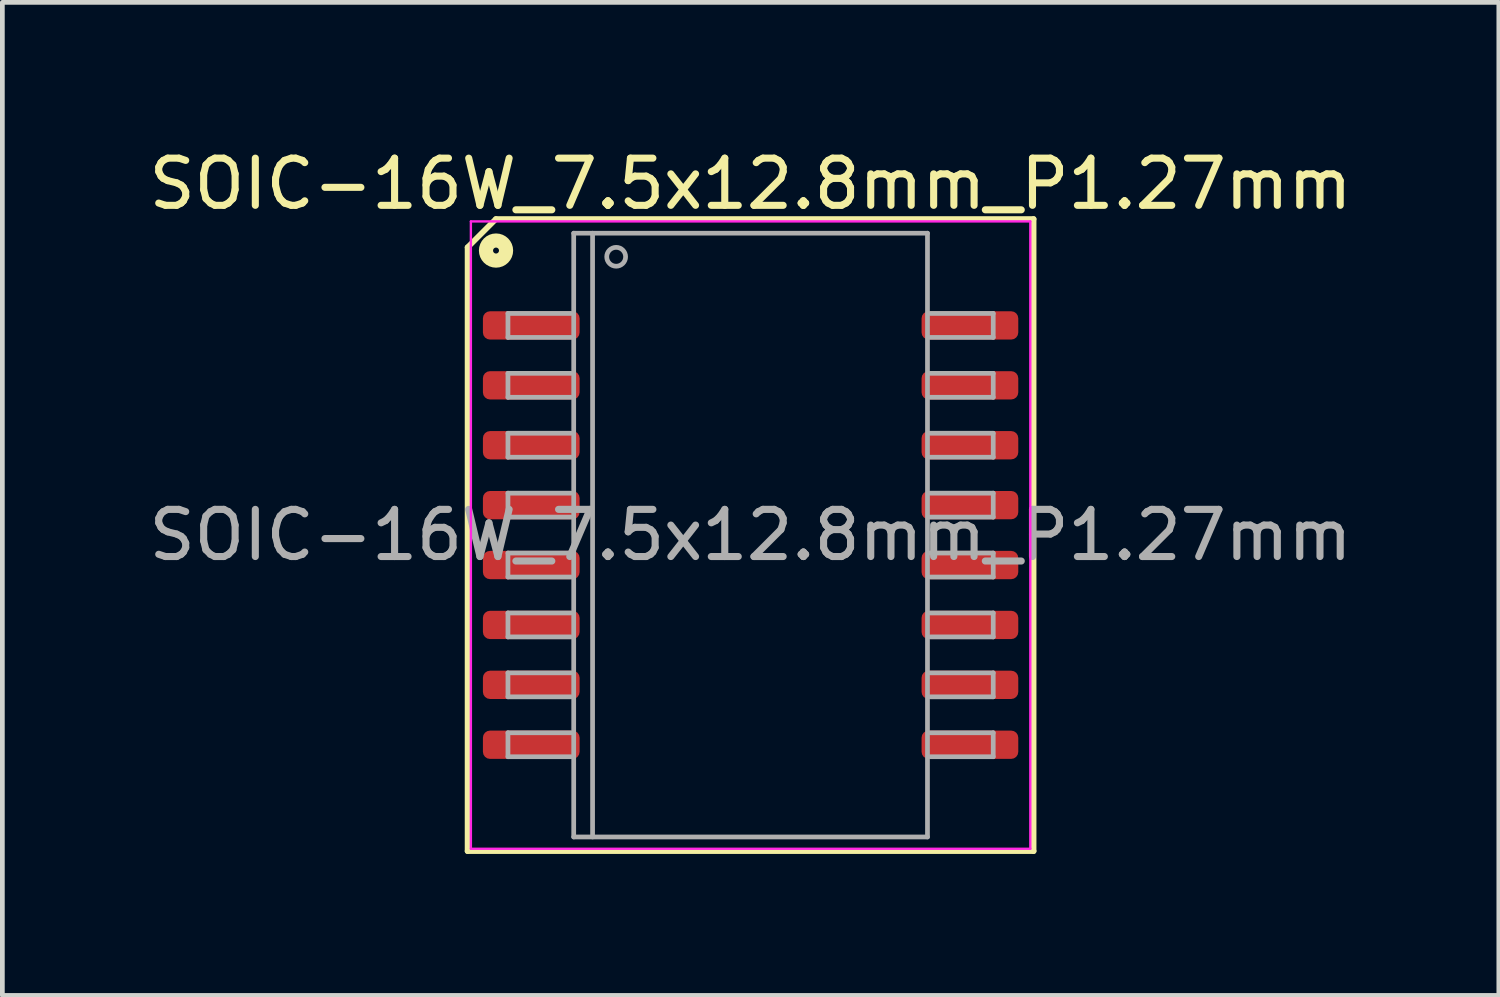
<source format=kicad_pcb>
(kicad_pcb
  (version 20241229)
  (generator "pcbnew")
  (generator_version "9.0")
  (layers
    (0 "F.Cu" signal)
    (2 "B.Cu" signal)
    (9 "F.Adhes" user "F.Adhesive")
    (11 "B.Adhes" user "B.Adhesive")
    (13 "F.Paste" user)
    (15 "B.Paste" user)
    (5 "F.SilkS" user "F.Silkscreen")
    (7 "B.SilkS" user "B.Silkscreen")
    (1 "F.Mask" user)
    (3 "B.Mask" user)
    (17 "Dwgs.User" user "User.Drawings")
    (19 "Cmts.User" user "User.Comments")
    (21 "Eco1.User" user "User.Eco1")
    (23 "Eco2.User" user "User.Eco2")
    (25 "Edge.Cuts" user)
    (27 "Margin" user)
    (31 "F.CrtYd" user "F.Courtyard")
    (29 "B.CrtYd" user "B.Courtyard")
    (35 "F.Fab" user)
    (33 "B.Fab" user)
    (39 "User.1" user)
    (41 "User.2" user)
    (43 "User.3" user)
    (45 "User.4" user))
  (footprint "SOIC-16W_7.5x12.8mm_P1.27mm"
    (layer "F.Cu")
    (at 12.863 8.294)
    (property "Reference" "SOIC-16W_7.5x12.8mm_P1.27mm" (at 0 -7.446 0) (layer "F.SilkS") (effects (font (size 1 1) (thickness 0.15))))
    (attr smd)
    (fp_line (start -6 -6.1) (end -6 6.7) (stroke (width 0.12) (type solid)) (layer "F.SilkS"))
    (fp_line (start -6 -6.1) (end -5.4 -6.7) (stroke (width 0.12) (type solid)) (layer "F.SilkS"))
    (fp_line (start -6 6.7) (end 6 6.7) (stroke (width 0.12) (type solid)) (layer "F.SilkS"))
    (fp_line (start 6 -6.7) (end -5.4 -6.7) (stroke (width 0.12) (type solid)) (layer "F.SilkS"))
    (fp_line (start 6 6.7) (end 6 -6.7) (stroke (width 0.12) (type solid)) (layer "F.SilkS"))
    (fp_circle (center -5.397 -6.032) (end -5.334 -6.032) (stroke (width 0.3) (type solid)) (fill no) (layer "F.SilkS"))
    (fp_line (start -5.93 -6.65) (end -5.93 6.65) (stroke (width 0.05) (type solid)) (layer "F.CrtYd"))
    (fp_line (start -5.93 6.65) (end 5.93 6.65) (stroke (width 0.05) (type solid)) (layer "F.CrtYd"))
    (fp_line (start 5.93 -6.65) (end -5.93 -6.65) (stroke (width 0.05) (type solid)) (layer "F.CrtYd"))
    (fp_line (start 5.93 6.65) (end 5.93 -6.65) (stroke (width 0.05) (type solid)) (layer "F.CrtYd"))
    (fp_line (start -5.144 -4.699) (end -5.144 -4.191) (stroke (width 0.1) (type solid)) (layer "F.Fab"))
    (fp_line (start -5.144 -4.699) (end -3.81 -4.699) (stroke (width 0.1) (type solid)) (layer "F.Fab"))
    (fp_line (start -5.144 -4.191) (end -3.81 -4.191) (stroke (width 0.1) (type solid)) (layer "F.Fab"))
    (fp_line (start -5.144 -3.429) (end -5.144 -2.921) (stroke (width 0.1) (type solid)) (layer "F.Fab"))
    (fp_line (start -5.144 -3.429) (end -3.81 -3.429) (stroke (width 0.1) (type solid)) (layer "F.Fab"))
    (fp_line (start -5.144 -2.921) (end -3.81 -2.921) (stroke (width 0.1) (type solid)) (layer "F.Fab"))
    (fp_line (start -5.144 -2.159) (end -5.144 -1.651) (stroke (width 0.1) (type solid)) (layer "F.Fab"))
    (fp_line (start -5.144 -2.159) (end -3.81 -2.159) (stroke (width 0.1) (type solid)) (layer "F.Fab"))
    (fp_line (start -5.144 -1.651) (end -3.81 -1.651) (stroke (width 0.1) (type solid)) (layer "F.Fab"))
    (fp_line (start -5.144 -0.889) (end -5.144 -0.381) (stroke (width 0.1) (type solid)) (layer "F.Fab"))
    (fp_line (start -5.144 -0.889) (end -3.81 -0.889) (stroke (width 0.1) (type solid)) (layer "F.Fab"))
    (fp_line (start -5.144 -0.381) (end -3.81 -0.381) (stroke (width 0.1) (type solid)) (layer "F.Fab"))
    (fp_line (start -5.144 0.381) (end -5.144 0.889) (stroke (width 0.1) (type solid)) (layer "F.Fab"))
    (fp_line (start -5.144 0.381) (end -3.81 0.381) (stroke (width 0.1) (type solid)) (layer "F.Fab"))
    (fp_line (start -5.144 0.889) (end -3.81 0.889) (stroke (width 0.1) (type solid)) (layer "F.Fab"))
    (fp_line (start -5.144 1.651) (end -5.144 2.159) (stroke (width 0.1) (type solid)) (layer "F.Fab"))
    (fp_line (start -5.144 1.651) (end -3.81 1.651) (stroke (width 0.1) (type solid)) (layer "F.Fab"))
    (fp_line (start -5.144 2.159) (end -3.81 2.159) (stroke (width 0.1) (type solid)) (layer "F.Fab"))
    (fp_line (start -5.144 2.921) (end -5.144 3.429) (stroke (width 0.1) (type solid)) (layer "F.Fab"))
    (fp_line (start -5.144 2.921) (end -3.81 2.921) (stroke (width 0.1) (type solid)) (layer "F.Fab"))
    (fp_line (start -5.144 3.429) (end -3.81 3.429) (stroke (width 0.1) (type solid)) (layer "F.Fab"))
    (fp_line (start -5.144 4.191) (end -5.144 4.699) (stroke (width 0.1) (type solid)) (layer "F.Fab"))
    (fp_line (start -5.144 4.191) (end -3.81 4.191) (stroke (width 0.1) (type solid)) (layer "F.Fab"))
    (fp_line (start -5.144 4.699) (end -3.81 4.699) (stroke (width 0.1) (type solid)) (layer "F.Fab"))
    (fp_line (start -3.75 -6.4) (end 3.75 -6.4) (stroke (width 0.1) (type solid)) (layer "F.Fab"))
    (fp_line (start -3.75 6.4) (end -3.75 -6.4) (stroke (width 0.1) (type solid)) (layer "F.Fab"))
    (fp_line (start -3.35 -6.4) (end -3.35 6.4) (stroke (width 0.1) (type solid)) (layer "F.Fab"))
    (fp_line (start 3.75 -6.4) (end 3.75 6.4) (stroke (width 0.1) (type solid)) (layer "F.Fab"))
    (fp_line (start 3.75 6.4) (end -3.75 6.4) (stroke (width 0.1) (type solid)) (layer "F.Fab"))
    (fp_line (start 5.144 -4.699) (end 3.81 -4.699) (stroke (width 0.1) (type solid)) (layer "F.Fab"))
    (fp_line (start 5.144 -4.191) (end 3.81 -4.191) (stroke (width 0.1) (type solid)) (layer "F.Fab"))
    (fp_line (start 5.144 -4.191) (end 5.144 -4.699) (stroke (width 0.1) (type solid)) (layer "F.Fab"))
    (fp_line (start 5.144 -3.429) (end 3.81 -3.429) (stroke (width 0.1) (type solid)) (layer "F.Fab"))
    (fp_line (start 5.144 -2.921) (end 3.81 -2.921) (stroke (width 0.1) (type solid)) (layer "F.Fab"))
    (fp_line (start 5.144 -2.921) (end 5.144 -3.429) (stroke (width 0.1) (type solid)) (layer "F.Fab"))
    (fp_line (start 5.144 -2.159) (end 3.81 -2.159) (stroke (width 0.1) (type solid)) (layer "F.Fab"))
    (fp_line (start 5.144 -1.651) (end 3.81 -1.651) (stroke (width 0.1) (type solid)) (layer "F.Fab"))
    (fp_line (start 5.144 -1.651) (end 5.144 -2.159) (stroke (width 0.1) (type solid)) (layer "F.Fab"))
    (fp_line (start 5.144 -0.889) (end 3.81 -0.889) (stroke (width 0.1) (type solid)) (layer "F.Fab"))
    (fp_line (start 5.144 -0.381) (end 3.81 -0.381) (stroke (width 0.1) (type solid)) (layer "F.Fab"))
    (fp_line (start 5.144 -0.381) (end 5.144 -0.889) (stroke (width 0.1) (type solid)) (layer "F.Fab"))
    (fp_line (start 5.144 0.381) (end 3.81 0.381) (stroke (width 0.1) (type solid)) (layer "F.Fab"))
    (fp_line (start 5.144 0.889) (end 3.81 0.889) (stroke (width 0.1) (type solid)) (layer "F.Fab"))
    (fp_line (start 5.144 0.889) (end 5.144 0.381) (stroke (width 0.1) (type solid)) (layer "F.Fab"))
    (fp_line (start 5.144 1.651) (end 3.81 1.651) (stroke (width 0.1) (type solid)) (layer "F.Fab"))
    (fp_line (start 5.144 2.159) (end 3.81 2.159) (stroke (width 0.1) (type solid)) (layer "F.Fab"))
    (fp_line (start 5.144 2.159) (end 5.144 1.651) (stroke (width 0.1) (type solid)) (layer "F.Fab"))
    (fp_line (start 5.144 2.921) (end 3.81 2.921) (stroke (width 0.1) (type solid)) (layer "F.Fab"))
    (fp_line (start 5.144 3.429) (end 3.81 3.429) (stroke (width 0.1) (type solid)) (layer "F.Fab"))
    (fp_line (start 5.144 3.429) (end 5.144 2.921) (stroke (width 0.1) (type solid)) (layer "F.Fab"))
    (fp_line (start 5.144 4.191) (end 3.81 4.191) (stroke (width 0.1) (type solid)) (layer "F.Fab"))
    (fp_line (start 5.144 4.699) (end 3.81 4.699) (stroke (width 0.1) (type solid)) (layer "F.Fab"))
    (fp_line (start 5.144 4.699) (end 5.144 4.191) (stroke (width 0.1) (type solid)) (layer "F.Fab"))
    (fp_circle (center -2.85 -5.9) (end -2.65 -5.9) (stroke (width 0.1) (type solid)) (fill no) (layer "F.Fab"))
    (fp_text user "${REFERENCE}" (at 0 0 0) (layer "F.Fab") (effects (font (size 1 1) (thickness 0.15))))
    (pad "1" smd roundrect (at -4.65 -4.445) (size 2.05 0.6) (layers "F.Cu" "F.Mask" "F.Paste") (roundrect_rratio 0.25))
    (pad "2" smd roundrect (at -4.65 -3.175) (size 2.05 0.6) (layers "F.Cu" "F.Mask" "F.Paste") (roundrect_rratio 0.25))
    (pad "3" smd roundrect (at -4.65 -1.905) (size 2.05 0.6) (layers "F.Cu" "F.Mask" "F.Paste") (roundrect_rratio 0.25))
    (pad "4" smd roundrect (at -4.65 -0.635) (size 2.05 0.6) (layers "F.Cu" "F.Mask" "F.Paste") (roundrect_rratio 0.25))
    (pad "5" smd roundrect (at -4.65 0.635) (size 2.05 0.6) (layers "F.Cu" "F.Mask" "F.Paste") (roundrect_rratio 0.25))
    (pad "6" smd roundrect (at -4.65 1.905) (size 2.05 0.6) (layers "F.Cu" "F.Mask" "F.Paste") (roundrect_rratio 0.25))
    (pad "7" smd roundrect (at -4.65 3.175) (size 2.05 0.6) (layers "F.Cu" "F.Mask" "F.Paste") (roundrect_rratio 0.25))
    (pad "8" smd roundrect (at -4.65 4.445) (size 2.05 0.6) (layers "F.Cu" "F.Mask" "F.Paste") (roundrect_rratio 0.25))
    (pad "9" smd roundrect (at 4.65 4.445) (size 2.05 0.6) (layers "F.Cu" "F.Mask" "F.Paste") (roundrect_rratio 0.25))
    (pad "10" smd roundrect (at 4.65 3.175) (size 2.05 0.6) (layers "F.Cu" "F.Mask" "F.Paste") (roundrect_rratio 0.25))
    (pad "11" smd roundrect (at 4.65 1.905) (size 2.05 0.6) (layers "F.Cu" "F.Mask" "F.Paste") (roundrect_rratio 0.25))
    (pad "12" smd roundrect (at 4.65 0.635) (size 2.05 0.6) (layers "F.Cu" "F.Mask" "F.Paste") (roundrect_rratio 0.25))
    (pad "13" smd roundrect (at 4.65 -0.635) (size 2.05 0.6) (layers "F.Cu" "F.Mask" "F.Paste") (roundrect_rratio 0.25))
    (pad "14" smd roundrect (at 4.65 -1.905) (size 2.05 0.6) (layers "F.Cu" "F.Mask" "F.Paste") (roundrect_rratio 0.25))
    (pad "15" smd roundrect (at 4.65 -3.175) (size 2.05 0.6) (layers "F.Cu" "F.Mask" "F.Paste") (roundrect_rratio 0.25))
    (pad "16" smd roundrect (at 4.65 -4.445) (size 2.05 0.6) (layers "F.Cu" "F.Mask" "F.Paste") (roundrect_rratio 0.25)))
  (gr_rect
    (start -3 -3)
    (end 28.726 18.054)
    (stroke (width 0.1) (type default))
    (fill no)
    (layer "Edge.Cuts")))
</source>
